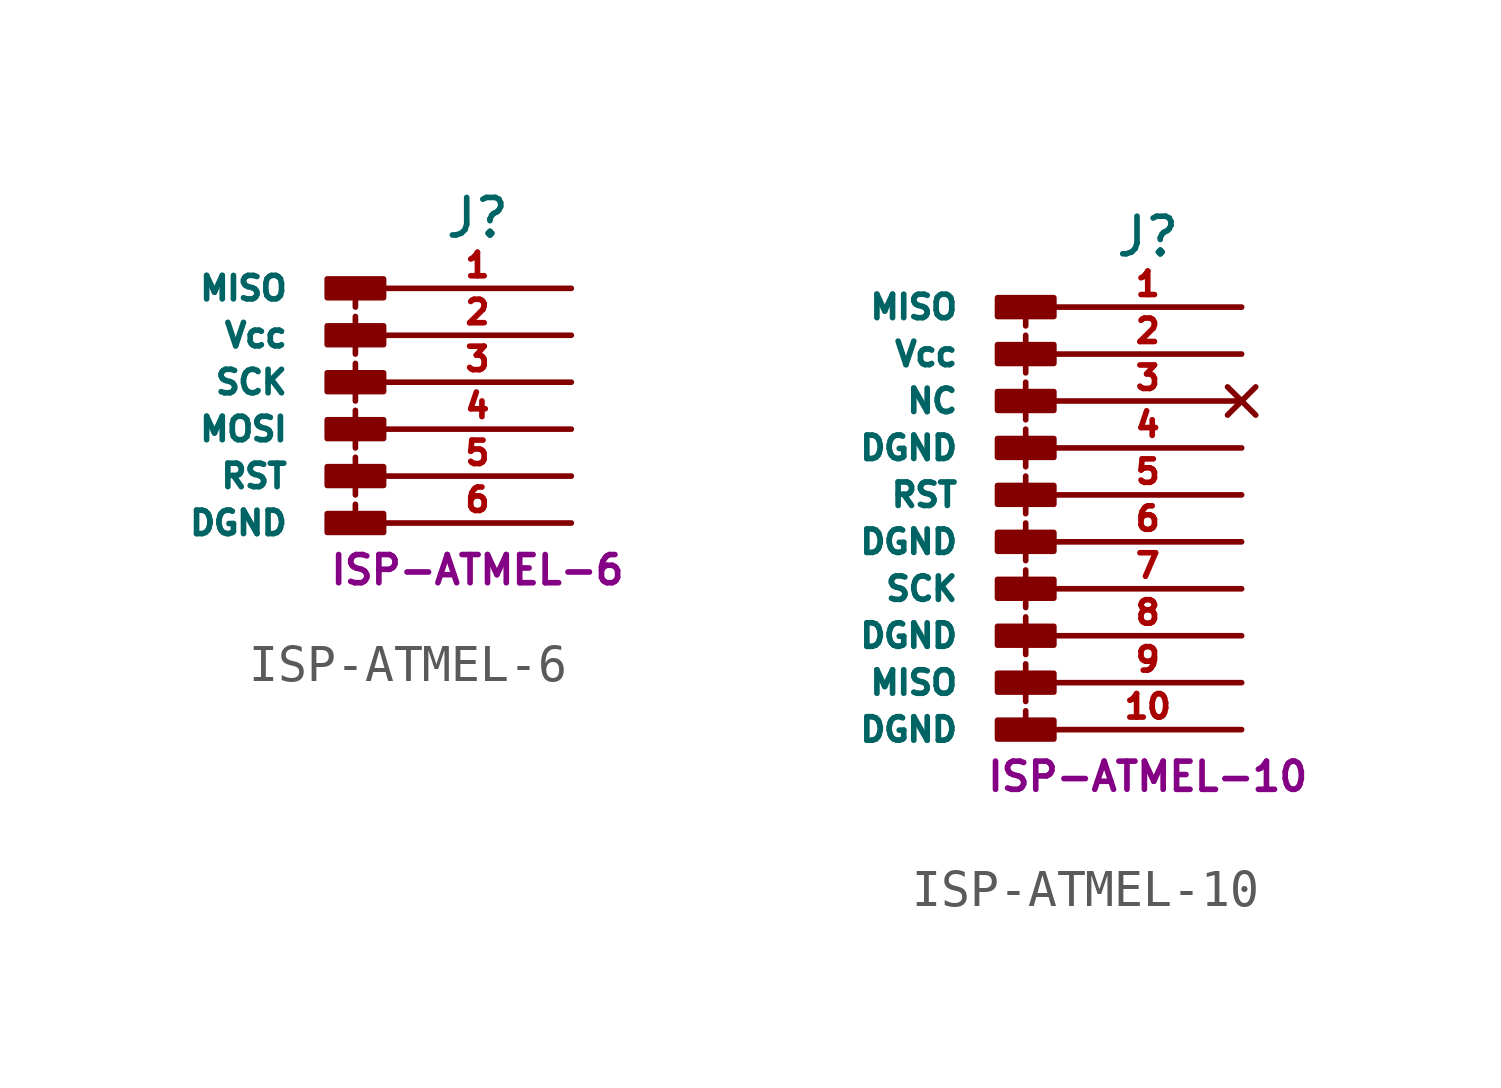
<source format=kicad_sym>
(kicad_symbol_lib
  (version 20211014)
  (generator kicad_symbol_editor)
  (symbol "ISP-ATMEL-6"
    (pin_names
      (offset 2.54))
    (property "Reference" "J"
      (at 0 4.445 0)
      (effects (font (size 1.016 1.016))))
    (property "Footprint" ""
      (at 0 -3.81 0)
      (effects (font (size 1.524 1.524))))
    (property "Datasheet" ""
      (at 0 -3.81 0)
      (effects (font (size 1.524 1.524))))
    (property "Unit" "ISP-ATMEL-6"
      (at 0 -5.08 0)
      (effects (font (size 0.762 0.762))))
    (symbol "ISP-ATMEL-6_0_1"
      (rectangle (start -2.54 -3.556) (end -4.064 -4.064) (stroke (width 0) (type default) (color 0 0 0 0)) (fill (type outline)))
      (rectangle (start -2.54 -2.286) (end -4.064 -2.794) (stroke (width 0) (type default) (color 0 0 0 0)) (fill (type outline)))
      (rectangle (start -2.54 -1.016) (end -4.064 -1.524) (stroke (width 0) (type default) (color 0 0 0 0)) (fill (type outline)))
      (rectangle (start -2.54 0.254) (end -4.064 -0.254) (stroke (width 0) (type default) (color 0 0 0 0)) (fill (type outline)))
      (rectangle (start -2.54 1.524) (end -4.064 1.016) (stroke (width 0) (type default) (color 0 0 0 0)) (fill (type outline)))
      (rectangle (start -2.54 2.794) (end -4.064 2.286) (stroke (width 0) (type default) (color 0 0 0 0)) (fill (type outline)))
      (polyline (pts (xy -3.302 -3.302) (xy -3.302 -3.81)) (stroke (width 0) (type default) (color 0 0 0 0)) (fill (type none)))
      (polyline (pts (xy -3.302 -2.032) (xy -3.302 -3.048)) (stroke (width 0) (type default) (color 0 0 0 0)) (fill (type none)))
      (polyline (pts (xy -3.302 -0.762) (xy -3.302 -1.778)) (stroke (width 0) (type default) (color 0 0 0 0)) (fill (type none)))
      (polyline (pts (xy -3.302 0.508) (xy -3.302 -0.508)) (stroke (width 0) (type default) (color 0 0 0 0)) (fill (type none)))
      (polyline (pts (xy -3.302 1.778) (xy -3.302 0.762)) (stroke (width 0) (type default) (color 0 0 0 0)) (fill (type none)))
      (polyline (pts (xy -3.302 2.54) (xy -3.302 2.032)) (stroke (width 0) (type default) (color 0 0 0 0)) (fill (type none))))
    (symbol "ISP-ATMEL-6_1_1"
      (pin passive line (at 2.54 2.54 180) (length 5.08) (name "MISO" (effects (font (size 0.635 0.635)))) (number "1" (effects (font (size 0.635 0.635)))))
      (pin passive line (at 2.54 1.27 180) (length 5.08) (name "Vcc" (effects (font (size 0.635 0.635)))) (number "2" (effects (font (size 0.635 0.635)))))
      (pin passive line (at 2.54 0 180) (length 5.08) (name "SCK" (effects (font (size 0.635 0.635)))) (number "3" (effects (font (size 0.635 0.635)))))
      (pin passive line (at 2.54 -1.27 180) (length 5.08) (name "MOSI" (effects (font (size 0.635 0.635)))) (number "4" (effects (font (size 0.635 0.635)))))
      (pin passive line (at 2.54 -2.54 180) (length 5.08) (name "RST" (effects (font (size 0.635 0.635)))) (number "5" (effects (font (size 0.635 0.635)))))
      (pin passive line (at 2.54 -3.81 180) (length 5.08) (name "DGND" (effects (font (size 0.635 0.635)))) (number "6" (effects (font (size 0.635 0.635)))))))
  (symbol "ISP-ATMEL-10"
    (pin_names
      (offset 2.54))
    (property "Reference" "J"
      (at 0 6.985 0)
      (effects (font (size 1.016 1.016))))
    (property "Footprint" ""
      (at 0 -1.27 0)
      (effects (font (size 1.524 1.524))))
    (property "Datasheet" ""
      (at 0 -1.27 0)
      (effects (font (size 1.524 1.524))))
    (property "Unit" "ISP-ATMEL-10"
      (at 0 -7.62 0)
      (effects (font (size 0.762 0.762))))
    (symbol "ISP-ATMEL-10_0_1"
      (rectangle (start -2.54 -6.096) (end -4.064 -6.604) (stroke (width 0) (type default) (color 0 0 0 0)) (fill (type outline)))
      (rectangle (start -2.54 -4.826) (end -4.064 -5.334) (stroke (width 0) (type default) (color 0 0 0 0)) (fill (type outline)))
      (rectangle (start -2.54 -3.556) (end -4.064 -4.064) (stroke (width 0) (type default) (color 0 0 0 0)) (fill (type outline)))
      (rectangle (start -2.54 -2.286) (end -4.064 -2.794) (stroke (width 0) (type default) (color 0 0 0 0)) (fill (type outline)))
      (rectangle (start -2.54 -1.016) (end -4.064 -1.524) (stroke (width 0) (type default) (color 0 0 0 0)) (fill (type outline)))
      (rectangle (start -2.54 0.254) (end -4.064 -0.254) (stroke (width 0) (type default) (color 0 0 0 0)) (fill (type outline)))
      (rectangle (start -2.54 1.524) (end -4.064 1.016) (stroke (width 0) (type default) (color 0 0 0 0)) (fill (type outline)))
      (rectangle (start -2.54 2.794) (end -4.064 2.286) (stroke (width 0) (type default) (color 0 0 0 0)) (fill (type outline)))
      (rectangle (start -2.54 4.064) (end -4.064 3.556) (stroke (width 0) (type default) (color 0 0 0 0)) (fill (type outline)))
      (rectangle (start -2.54 5.334) (end -4.064 4.826) (stroke (width 0) (type default) (color 0 0 0 0)) (fill (type outline)))
      (polyline (pts (xy -3.302 -5.842) (xy -3.302 -6.35)) (stroke (width 0) (type default) (color 0 0 0 0)) (fill (type none)))
      (polyline (pts (xy -3.302 -4.572) (xy -3.302 -5.588)) (stroke (width 0) (type default) (color 0 0 0 0)) (fill (type none)))
      (polyline (pts (xy -3.302 -3.302) (xy -3.302 -4.318)) (stroke (width 0) (type default) (color 0 0 0 0)) (fill (type none)))
      (polyline (pts (xy -3.302 -2.032) (xy -3.302 -3.048)) (stroke (width 0) (type default) (color 0 0 0 0)) (fill (type none)))
      (polyline (pts (xy -3.302 -0.762) (xy -3.302 -1.778)) (stroke (width 0) (type default) (color 0 0 0 0)) (fill (type none)))
      (polyline (pts (xy -3.302 0.508) (xy -3.302 -0.508)) (stroke (width 0) (type default) (color 0 0 0 0)) (fill (type none)))
      (polyline (pts (xy -3.302 1.778) (xy -3.302 0.762)) (stroke (width 0) (type default) (color 0 0 0 0)) (fill (type none)))
      (polyline (pts (xy -3.302 3.048) (xy -3.302 2.032)) (stroke (width 0) (type default) (color 0 0 0 0)) (fill (type none)))
      (polyline (pts (xy -3.302 4.318) (xy -3.302 3.302)) (stroke (width 0) (type default) (color 0 0 0 0)) (fill (type none)))
      (polyline (pts (xy -3.302 5.08) (xy -3.302 4.572)) (stroke (width 0) (type default) (color 0 0 0 0)) (fill (type none))))
    (symbol "ISP-ATMEL-10_1_1"
      (pin passive line (at 2.54 5.08 180) (length 5.08) (name "MISO" (effects (font (size 0.635 0.635)))) (number "1" (effects (font (size 0.635 0.635)))))
      (pin passive line (at 2.54 -6.35 180) (length 5.08) (name "DGND" (effects (font (size 0.635 0.635)))) (number "10" (effects (font (size 0.635 0.635)))))
      (pin passive line (at 2.54 3.81 180) (length 5.08) (name "Vcc" (effects (font (size 0.635 0.635)))) (number "2" (effects (font (size 0.635 0.635)))))
      (pin no_connect line (at 2.54 2.54 180) (length 5.08) (name "NC" (effects (font (size 0.635 0.635)))) (number "3" (effects (font (size 0.635 0.635)))))
      (pin passive line (at 2.54 1.27 180) (length 5.08) (name "DGND" (effects (font (size 0.635 0.635)))) (number "4" (effects (font (size 0.635 0.635)))))
      (pin passive line (at 2.54 0 180) (length 5.08) (name "RST" (effects (font (size 0.635 0.635)))) (number "5" (effects (font (size 0.635 0.635)))))
      (pin passive line (at 2.54 -1.27 180) (length 5.08) (name "DGND" (effects (font (size 0.635 0.635)))) (number "6" (effects (font (size 0.635 0.635)))))
      (pin passive line (at 2.54 -2.54 180) (length 5.08) (name "SCK" (effects (font (size 0.635 0.635)))) (number "7" (effects (font (size 0.635 0.635)))))
      (pin passive line (at 2.54 -3.81 180) (length 5.08) (name "DGND" (effects (font (size 0.635 0.635)))) (number "8" (effects (font (size 0.635 0.635)))))
      (pin passive line (at 2.54 -5.08 180) (length 5.08) (name "MISO" (effects (font (size 0.635 0.635)))) (number "9" (effects (font (size 0.635 0.635))))))))
</source>
